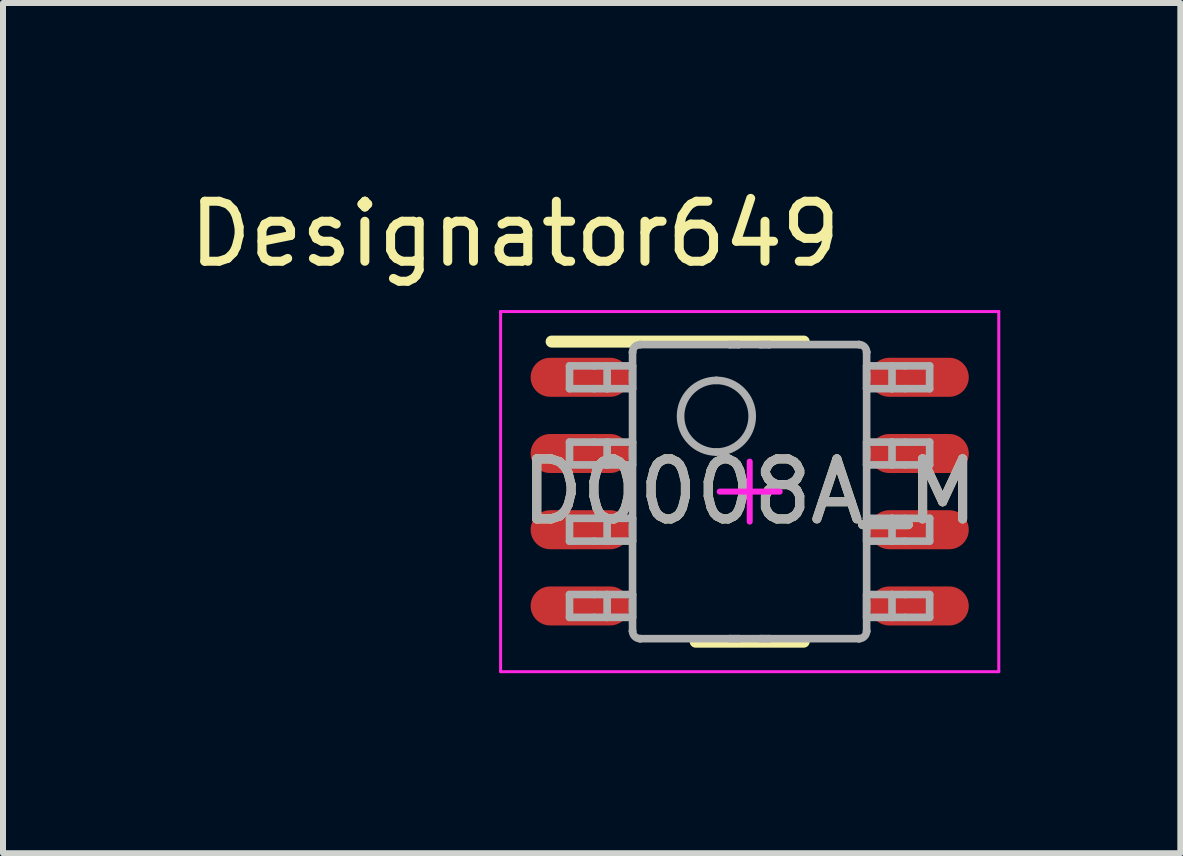
<source format=kicad_pcb>
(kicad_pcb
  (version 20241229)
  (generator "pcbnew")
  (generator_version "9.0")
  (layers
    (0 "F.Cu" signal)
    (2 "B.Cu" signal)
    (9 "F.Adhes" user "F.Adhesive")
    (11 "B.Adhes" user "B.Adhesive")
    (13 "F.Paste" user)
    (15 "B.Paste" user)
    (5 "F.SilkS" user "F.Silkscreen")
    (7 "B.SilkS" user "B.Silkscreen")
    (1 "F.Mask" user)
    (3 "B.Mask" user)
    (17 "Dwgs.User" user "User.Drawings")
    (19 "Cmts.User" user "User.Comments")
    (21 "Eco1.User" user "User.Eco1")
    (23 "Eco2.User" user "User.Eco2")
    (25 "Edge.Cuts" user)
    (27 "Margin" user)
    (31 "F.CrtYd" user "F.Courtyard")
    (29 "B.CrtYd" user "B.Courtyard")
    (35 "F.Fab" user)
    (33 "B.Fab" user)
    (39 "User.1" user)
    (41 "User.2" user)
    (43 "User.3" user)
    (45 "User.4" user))
  (footprint "D0008A_M"
    (layer "F.Cu")
    (at 9.441 5.141)
    (property "Reference" "D0008A_M" (at 0 0 0) (unlocked yes) (layer "F.SilkS") (effects (font (size 1 1) (thickness 0.15))))
    (attr smd)
    (fp_line (start -3.3 -2.5) (end 0.9 -2.5) (stroke (width 0.2) (type solid)) (layer "F.SilkS"))
    (fp_line (start -0.9 2.5) (end 0.9 2.5) (stroke (width 0.2) (type solid)) (layer "F.SilkS"))
    (fp_line (start -4.15 -3) (end 4.15 -3) (stroke (width 0.05) (type solid)) (layer "F.CrtYd"))
    (fp_line (start -4.15 3) (end -4.15 -3) (stroke (width 0.05) (type solid)) (layer "F.CrtYd"))
    (fp_line (start -4.15 3) (end 4.15 3) (stroke (width 0.05) (type solid)) (layer "F.CrtYd"))
    (fp_line (start -0.5 0) (end 0.5 0) (stroke (width 0.1) (type solid)) (layer "F.CrtYd"))
    (fp_line (start 0 0.5) (end 0 -0.5) (stroke (width 0.1) (type solid)) (layer "F.CrtYd"))
    (fp_line (start 4.15 3) (end 4.15 -3) (stroke (width 0.05) (type solid)) (layer "F.CrtYd"))
    (fp_line (start -3.002 -2.095) (end -2.589 -2.095) (stroke (width 0.127) (type solid)) (layer "F.Fab"))
    (fp_line (start -3.002 -1.715) (end -3.002 -2.095) (stroke (width 0.127) (type solid)) (layer "F.Fab"))
    (fp_line (start -3.002 -1.715) (end -2.589 -1.715) (stroke (width 0.127) (type solid)) (layer "F.Fab"))
    (fp_line (start -3.002 -0.825) (end -2.589 -0.825) (stroke (width 0.127) (type solid)) (layer "F.Fab"))
    (fp_line (start -3.002 -0.445) (end -3.002 -0.825) (stroke (width 0.127) (type solid)) (layer "F.Fab"))
    (fp_line (start -3.002 -0.445) (end -2.589 -0.445) (stroke (width 0.127) (type solid)) (layer "F.Fab"))
    (fp_line (start -3.002 0.445) (end -2.589 0.445) (stroke (width 0.127) (type solid)) (layer "F.Fab"))
    (fp_line (start -3.002 0.825) (end -3.002 0.445) (stroke (width 0.127) (type solid)) (layer "F.Fab"))
    (fp_line (start -3.002 0.825) (end -2.589 0.825) (stroke (width 0.127) (type solid)) (layer "F.Fab"))
    (fp_line (start -3.002 1.715) (end -2.589 1.715) (stroke (width 0.127) (type solid)) (layer "F.Fab"))
    (fp_line (start -3.002 2.095) (end -3.002 1.715) (stroke (width 0.127) (type solid)) (layer "F.Fab"))
    (fp_line (start -3.002 2.095) (end -2.589 2.095) (stroke (width 0.127) (type solid)) (layer "F.Fab"))
    (fp_line (start -2.589 -2.095) (end -2.375 -2.095) (stroke (width 0.127) (type solid)) (layer "F.Fab"))
    (fp_line (start -2.589 -1.715) (end -2.375 -1.715) (stroke (width 0.127) (type solid)) (layer "F.Fab"))
    (fp_line (start -2.589 -0.825) (end -2.375 -0.825) (stroke (width 0.127) (type solid)) (layer "F.Fab"))
    (fp_line (start -2.589 -0.445) (end -2.375 -0.445) (stroke (width 0.127) (type solid)) (layer "F.Fab"))
    (fp_line (start -2.589 0.445) (end -2.375 0.445) (stroke (width 0.127) (type solid)) (layer "F.Fab"))
    (fp_line (start -2.589 0.825) (end -2.375 0.825) (stroke (width 0.127) (type solid)) (layer "F.Fab"))
    (fp_line (start -2.589 1.715) (end -2.375 1.715) (stroke (width 0.127) (type solid)) (layer "F.Fab"))
    (fp_line (start -2.589 2.095) (end -2.375 2.095) (stroke (width 0.127) (type solid)) (layer "F.Fab"))
    (fp_line (start -2.375 -2.095) (end -1.995 -2.095) (stroke (width 0.127) (type solid)) (layer "F.Fab"))
    (fp_line (start -2.375 -1.715) (end -2.375 -2.095) (stroke (width 0.127) (type solid)) (layer "F.Fab"))
    (fp_line (start -2.375 -1.715) (end -1.995 -1.715) (stroke (width 0.127) (type solid)) (layer "F.Fab"))
    (fp_line (start -2.375 -0.825) (end -1.995 -0.825) (stroke (width 0.127) (type solid)) (layer "F.Fab"))
    (fp_line (start -2.375 -0.445) (end -2.375 -0.825) (stroke (width 0.127) (type solid)) (layer "F.Fab"))
    (fp_line (start -2.375 -0.445) (end -1.995 -0.445) (stroke (width 0.127) (type solid)) (layer "F.Fab"))
    (fp_line (start -2.375 0.445) (end -1.995 0.445) (stroke (width 0.127) (type solid)) (layer "F.Fab"))
    (fp_line (start -2.375 0.825) (end -2.375 0.445) (stroke (width 0.127) (type solid)) (layer "F.Fab"))
    (fp_line (start -2.375 0.825) (end -1.995 0.825) (stroke (width 0.127) (type solid)) (layer "F.Fab"))
    (fp_line (start -2.375 1.715) (end -1.995 1.715) (stroke (width 0.127) (type solid)) (layer "F.Fab"))
    (fp_line (start -2.375 2.095) (end -2.375 1.715) (stroke (width 0.127) (type solid)) (layer "F.Fab"))
    (fp_line (start -2.375 2.095) (end -1.995 2.095) (stroke (width 0.127) (type solid)) (layer "F.Fab"))
    (fp_line (start -1.995 -2.095) (end -1.952 -2.095) (stroke (width 0.127) (type solid)) (layer "F.Fab"))
    (fp_line (start -1.995 -1.715) (end -1.952 -1.715) (stroke (width 0.127) (type solid)) (layer "F.Fab"))
    (fp_line (start -1.995 -0.825) (end -1.952 -0.825) (stroke (width 0.127) (type solid)) (layer "F.Fab"))
    (fp_line (start -1.995 -0.445) (end -1.952 -0.445) (stroke (width 0.127) (type solid)) (layer "F.Fab"))
    (fp_line (start -1.995 0.445) (end -1.952 0.445) (stroke (width 0.127) (type solid)) (layer "F.Fab"))
    (fp_line (start -1.995 0.825) (end -1.952 0.825) (stroke (width 0.127) (type solid)) (layer "F.Fab"))
    (fp_line (start -1.995 1.715) (end -1.952 1.715) (stroke (width 0.127) (type solid)) (layer "F.Fab"))
    (fp_line (start -1.995 2.095) (end -1.952 2.095) (stroke (width 0.127) (type solid)) (layer "F.Fab"))
    (fp_line (start -1.952 -2.323) (end -1.952 -2.324) (stroke (width 0.127) (type solid)) (layer "F.Fab"))
    (fp_line (start -1.952 -1.715) (end -1.952 -2.095) (stroke (width 0.127) (type solid)) (layer "F.Fab"))
    (fp_line (start -1.952 -0.445) (end -1.952 -0.825) (stroke (width 0.127) (type solid)) (layer "F.Fab"))
    (fp_line (start -1.952 0.825) (end -1.952 0.445) (stroke (width 0.127) (type solid)) (layer "F.Fab"))
    (fp_line (start -1.952 2.095) (end -1.952 1.715) (stroke (width 0.127) (type solid)) (layer "F.Fab"))
    (fp_line (start -1.952 2.323) (end -1.952 -2.323) (stroke (width 0.127) (type solid)) (layer "F.Fab"))
    (fp_line (start -1.952 2.324) (end -1.952 2.323) (stroke (width 0.127) (type solid)) (layer "F.Fab"))
    (fp_line (start -1.826 -2.45) (end -1.825 -2.45) (stroke (width 0.127) (type solid)) (layer "F.Fab"))
    (fp_line (start -1.826 2.45) (end -1.825 2.45) (stroke (width 0.127) (type solid)) (layer "F.Fab"))
    (fp_line (start -1.825 -2.45) (end -0.332 -2.45) (stroke (width 0.127) (type solid)) (layer "F.Fab"))
    (fp_line (start -1.825 2.45) (end -0.332 2.45) (stroke (width 0.127) (type solid)) (layer "F.Fab"))
    (fp_line (start -0.332 -2.45) (end -0.182 -2.45) (stroke (width 0.127) (type solid)) (layer "F.Fab"))
    (fp_line (start -0.332 -2.45) (end -0.182 -2.45) (stroke (width 0.127) (type solid)) (layer "F.Fab"))
    (fp_line (start -0.332 2.45) (end -0.182 2.45) (stroke (width 0.127) (type solid)) (layer "F.Fab"))
    (fp_line (start -0.332 2.45) (end -0.182 2.45) (stroke (width 0.127) (type solid)) (layer "F.Fab"))
    (fp_line (start -0.182 -2.45) (end 0.178 -2.45) (stroke (width 0.127) (type solid)) (layer "F.Fab"))
    (fp_line (start -0.182 2.45) (end 0.178 2.45) (stroke (width 0.127) (type solid)) (layer "F.Fab"))
    (fp_line (start 0.178 -2.45) (end 0.328 -2.45) (stroke (width 0.127) (type solid)) (layer "F.Fab"))
    (fp_line (start 0.178 -2.45) (end 0.328 -2.45) (stroke (width 0.127) (type solid)) (layer "F.Fab"))
    (fp_line (start 0.178 2.45) (end 0.328 2.45) (stroke (width 0.127) (type solid)) (layer "F.Fab"))
    (fp_line (start 0.178 2.45) (end 0.328 2.45) (stroke (width 0.127) (type solid)) (layer "F.Fab"))
    (fp_line (start 0.328 -2.45) (end 1.821 -2.45) (stroke (width 0.127) (type solid)) (layer "F.Fab"))
    (fp_line (start 0.328 2.45) (end 1.821 2.45) (stroke (width 0.127) (type solid)) (layer "F.Fab"))
    (fp_line (start 1.821 -2.45) (end 1.822 -2.45) (stroke (width 0.127) (type solid)) (layer "F.Fab"))
    (fp_line (start 1.821 2.45) (end 1.822 2.45) (stroke (width 0.127) (type solid)) (layer "F.Fab"))
    (fp_line (start 1.948 -2.323) (end 1.948 -2.324) (stroke (width 0.127) (type solid)) (layer "F.Fab"))
    (fp_line (start 1.948 -2.095) (end 1.991 -2.095) (stroke (width 0.127) (type solid)) (layer "F.Fab"))
    (fp_line (start 1.948 -1.715) (end 1.948 -2.095) (stroke (width 0.127) (type solid)) (layer "F.Fab"))
    (fp_line (start 1.948 -1.715) (end 1.991 -1.715) (stroke (width 0.127) (type solid)) (layer "F.Fab"))
    (fp_line (start 1.948 -0.825) (end 1.991 -0.825) (stroke (width 0.127) (type solid)) (layer "F.Fab"))
    (fp_line (start 1.948 -0.445) (end 1.948 -0.825) (stroke (width 0.127) (type solid)) (layer "F.Fab"))
    (fp_line (start 1.948 -0.445) (end 1.991 -0.445) (stroke (width 0.127) (type solid)) (layer "F.Fab"))
    (fp_line (start 1.948 0.445) (end 1.991 0.445) (stroke (width 0.127) (type solid)) (layer "F.Fab"))
    (fp_line (start 1.948 0.825) (end 1.948 0.445) (stroke (width 0.127) (type solid)) (layer "F.Fab"))
    (fp_line (start 1.948 0.825) (end 1.991 0.825) (stroke (width 0.127) (type solid)) (layer "F.Fab"))
    (fp_line (start 1.948 1.715) (end 1.991 1.715) (stroke (width 0.127) (type solid)) (layer "F.Fab"))
    (fp_line (start 1.948 2.095) (end 1.948 1.715) (stroke (width 0.127) (type solid)) (layer "F.Fab"))
    (fp_line (start 1.948 2.095) (end 1.991 2.095) (stroke (width 0.127) (type solid)) (layer "F.Fab"))
    (fp_line (start 1.948 2.323) (end 1.948 -2.323) (stroke (width 0.127) (type solid)) (layer "F.Fab"))
    (fp_line (start 1.948 2.324) (end 1.948 2.323) (stroke (width 0.127) (type solid)) (layer "F.Fab"))
    (fp_line (start 1.991 -2.095) (end 2.371 -2.095) (stroke (width 0.127) (type solid)) (layer "F.Fab"))
    (fp_line (start 1.991 -1.715) (end 2.371 -1.715) (stroke (width 0.127) (type solid)) (layer "F.Fab"))
    (fp_line (start 1.991 -0.825) (end 2.371 -0.825) (stroke (width 0.127) (type solid)) (layer "F.Fab"))
    (fp_line (start 1.991 -0.445) (end 2.371 -0.445) (stroke (width 0.127) (type solid)) (layer "F.Fab"))
    (fp_line (start 1.991 0.445) (end 2.371 0.445) (stroke (width 0.127) (type solid)) (layer "F.Fab"))
    (fp_line (start 1.991 0.825) (end 2.371 0.825) (stroke (width 0.127) (type solid)) (layer "F.Fab"))
    (fp_line (start 1.991 1.715) (end 2.371 1.715) (stroke (width 0.127) (type solid)) (layer "F.Fab"))
    (fp_line (start 1.991 2.095) (end 2.371 2.095) (stroke (width 0.127) (type solid)) (layer "F.Fab"))
    (fp_line (start 2.371 -2.095) (end 2.585 -2.095) (stroke (width 0.127) (type solid)) (layer "F.Fab"))
    (fp_line (start 2.371 -1.715) (end 2.371 -2.095) (stroke (width 0.127) (type solid)) (layer "F.Fab"))
    (fp_line (start 2.371 -1.715) (end 2.585 -1.715) (stroke (width 0.127) (type solid)) (layer "F.Fab"))
    (fp_line (start 2.371 -0.825) (end 2.585 -0.825) (stroke (width 0.127) (type solid)) (layer "F.Fab"))
    (fp_line (start 2.371 -0.445) (end 2.371 -0.825) (stroke (width 0.127) (type solid)) (layer "F.Fab"))
    (fp_line (start 2.371 -0.445) (end 2.585 -0.445) (stroke (width 0.127) (type solid)) (layer "F.Fab"))
    (fp_line (start 2.371 0.445) (end 2.585 0.445) (stroke (width 0.127) (type solid)) (layer "F.Fab"))
    (fp_line (start 2.371 0.825) (end 2.371 0.445) (stroke (width 0.127) (type solid)) (layer "F.Fab"))
    (fp_line (start 2.371 0.825) (end 2.585 0.825) (stroke (width 0.127) (type solid)) (layer "F.Fab"))
    (fp_line (start 2.371 1.715) (end 2.585 1.715) (stroke (width 0.127) (type solid)) (layer "F.Fab"))
    (fp_line (start 2.371 2.095) (end 2.371 1.715) (stroke (width 0.127) (type solid)) (layer "F.Fab"))
    (fp_line (start 2.371 2.095) (end 2.585 2.095) (stroke (width 0.127) (type solid)) (layer "F.Fab"))
    (fp_line (start 2.585 -2.095) (end 2.998 -2.095) (stroke (width 0.127) (type solid)) (layer "F.Fab"))
    (fp_line (start 2.585 -1.715) (end 2.998 -1.715) (stroke (width 0.127) (type solid)) (layer "F.Fab"))
    (fp_line (start 2.585 -0.825) (end 2.998 -0.825) (stroke (width 0.127) (type solid)) (layer "F.Fab"))
    (fp_line (start 2.585 -0.445) (end 2.998 -0.445) (stroke (width 0.127) (type solid)) (layer "F.Fab"))
    (fp_line (start 2.585 0.445) (end 2.998 0.445) (stroke (width 0.127) (type solid)) (layer "F.Fab"))
    (fp_line (start 2.585 0.825) (end 2.998 0.825) (stroke (width 0.127) (type solid)) (layer "F.Fab"))
    (fp_line (start 2.585 1.715) (end 2.998 1.715) (stroke (width 0.127) (type solid)) (layer "F.Fab"))
    (fp_line (start 2.585 2.095) (end 2.998 2.095) (stroke (width 0.127) (type solid)) (layer "F.Fab"))
    (fp_line (start 2.998 -1.715) (end 2.998 -2.095) (stroke (width 0.127) (type solid)) (layer "F.Fab"))
    (fp_line (start 2.998 -0.445) (end 2.998 -0.825) (stroke (width 0.127) (type solid)) (layer "F.Fab"))
    (fp_line (start 2.998 0.825) (end 2.998 0.445) (stroke (width 0.127) (type solid)) (layer "F.Fab"))
    (fp_line (start 2.998 2.095) (end 2.998 1.715) (stroke (width 0.127) (type solid)) (layer "F.Fab"))
    (fp_arc (start -1.952002 -2.323941) (mid -1.914806 -2.412806) (end -1.825941 -2.450002) (stroke (width 0.127) (type solid)) (layer "F.Fab"))
    (fp_arc (start -1.825941 2.449992) (mid -1.914806 2.412795) (end -1.952002 2.323931) (stroke (width 0.127) (type solid)) (layer "F.Fab"))
    (fp_arc (start -0.555 -1.8531) (mid 0.0419 -1.2562) (end -0.555 -0.6593) (stroke (width 0.127) (type solid)) (layer "F.Fab"))
    (fp_arc (start -0.555 -0.6593) (mid -1.1519 -1.2562) (end -0.555 -1.8531) (stroke (width 0.127) (type solid)) (layer "F.Fab"))
    (fp_arc (start 1.821933 -2.450002) (mid 1.910797 -2.412806) (end 1.947994 -2.323941) (stroke (width 0.127) (type solid)) (layer "F.Fab"))
    (fp_arc (start 1.947994 2.323931) (mid 1.910797 2.412795) (end 1.821933 2.449992) (stroke (width 0.127) (type solid)) (layer "F.Fab"))
    (fp_text user "Designator649" (at -3.912 -4.293 0) (unlocked yes) (layer "F.SilkS") (effects (font (size 1 1) (thickness 0.15))))
    (fp_text user "${REFERENCE}" (at 0 0 0) (unlocked yes) (layer "F.Fab") (effects (font (size 1 1) (thickness 0.15))))
    (pad "1" smd oval (at -2.825 -1.905 90) (size 0.65 1.65) (layers "F.Cu" "F.Mask" "F.Paste"))
    (pad "2" smd oval (at -2.825 -0.635 90) (size 0.65 1.65) (layers "F.Cu" "F.Mask" "F.Paste"))
    (pad "3" smd oval (at -2.825 0.635 90) (size 0.65 1.65) (layers "F.Cu" "F.Mask" "F.Paste"))
    (pad "4" smd oval (at -2.825 1.905 90) (size 0.65 1.65) (layers "F.Cu" "F.Mask" "F.Paste"))
    (pad "5" smd oval (at 2.825 1.905 90) (size 0.65 1.65) (layers "F.Cu" "F.Mask" "F.Paste"))
    (pad "6" smd oval (at 2.825 0.635 90) (size 0.65 1.65) (layers "F.Cu" "F.Mask" "F.Paste"))
    (pad "7" smd oval (at 2.825 -0.635 90) (size 0.65 1.65) (layers "F.Cu" "F.Mask" "F.Paste"))
    (pad "8" smd oval (at 2.825 -1.905 90) (size 0.65 1.65) (layers "F.Cu" "F.Mask" "F.Paste")))
  (gr_rect
    (start -3 -3)
    (end 16.616 11.166)
    (stroke (width 0.1) (type default))
    (fill no)
    (layer "Edge.Cuts")))
</source>
